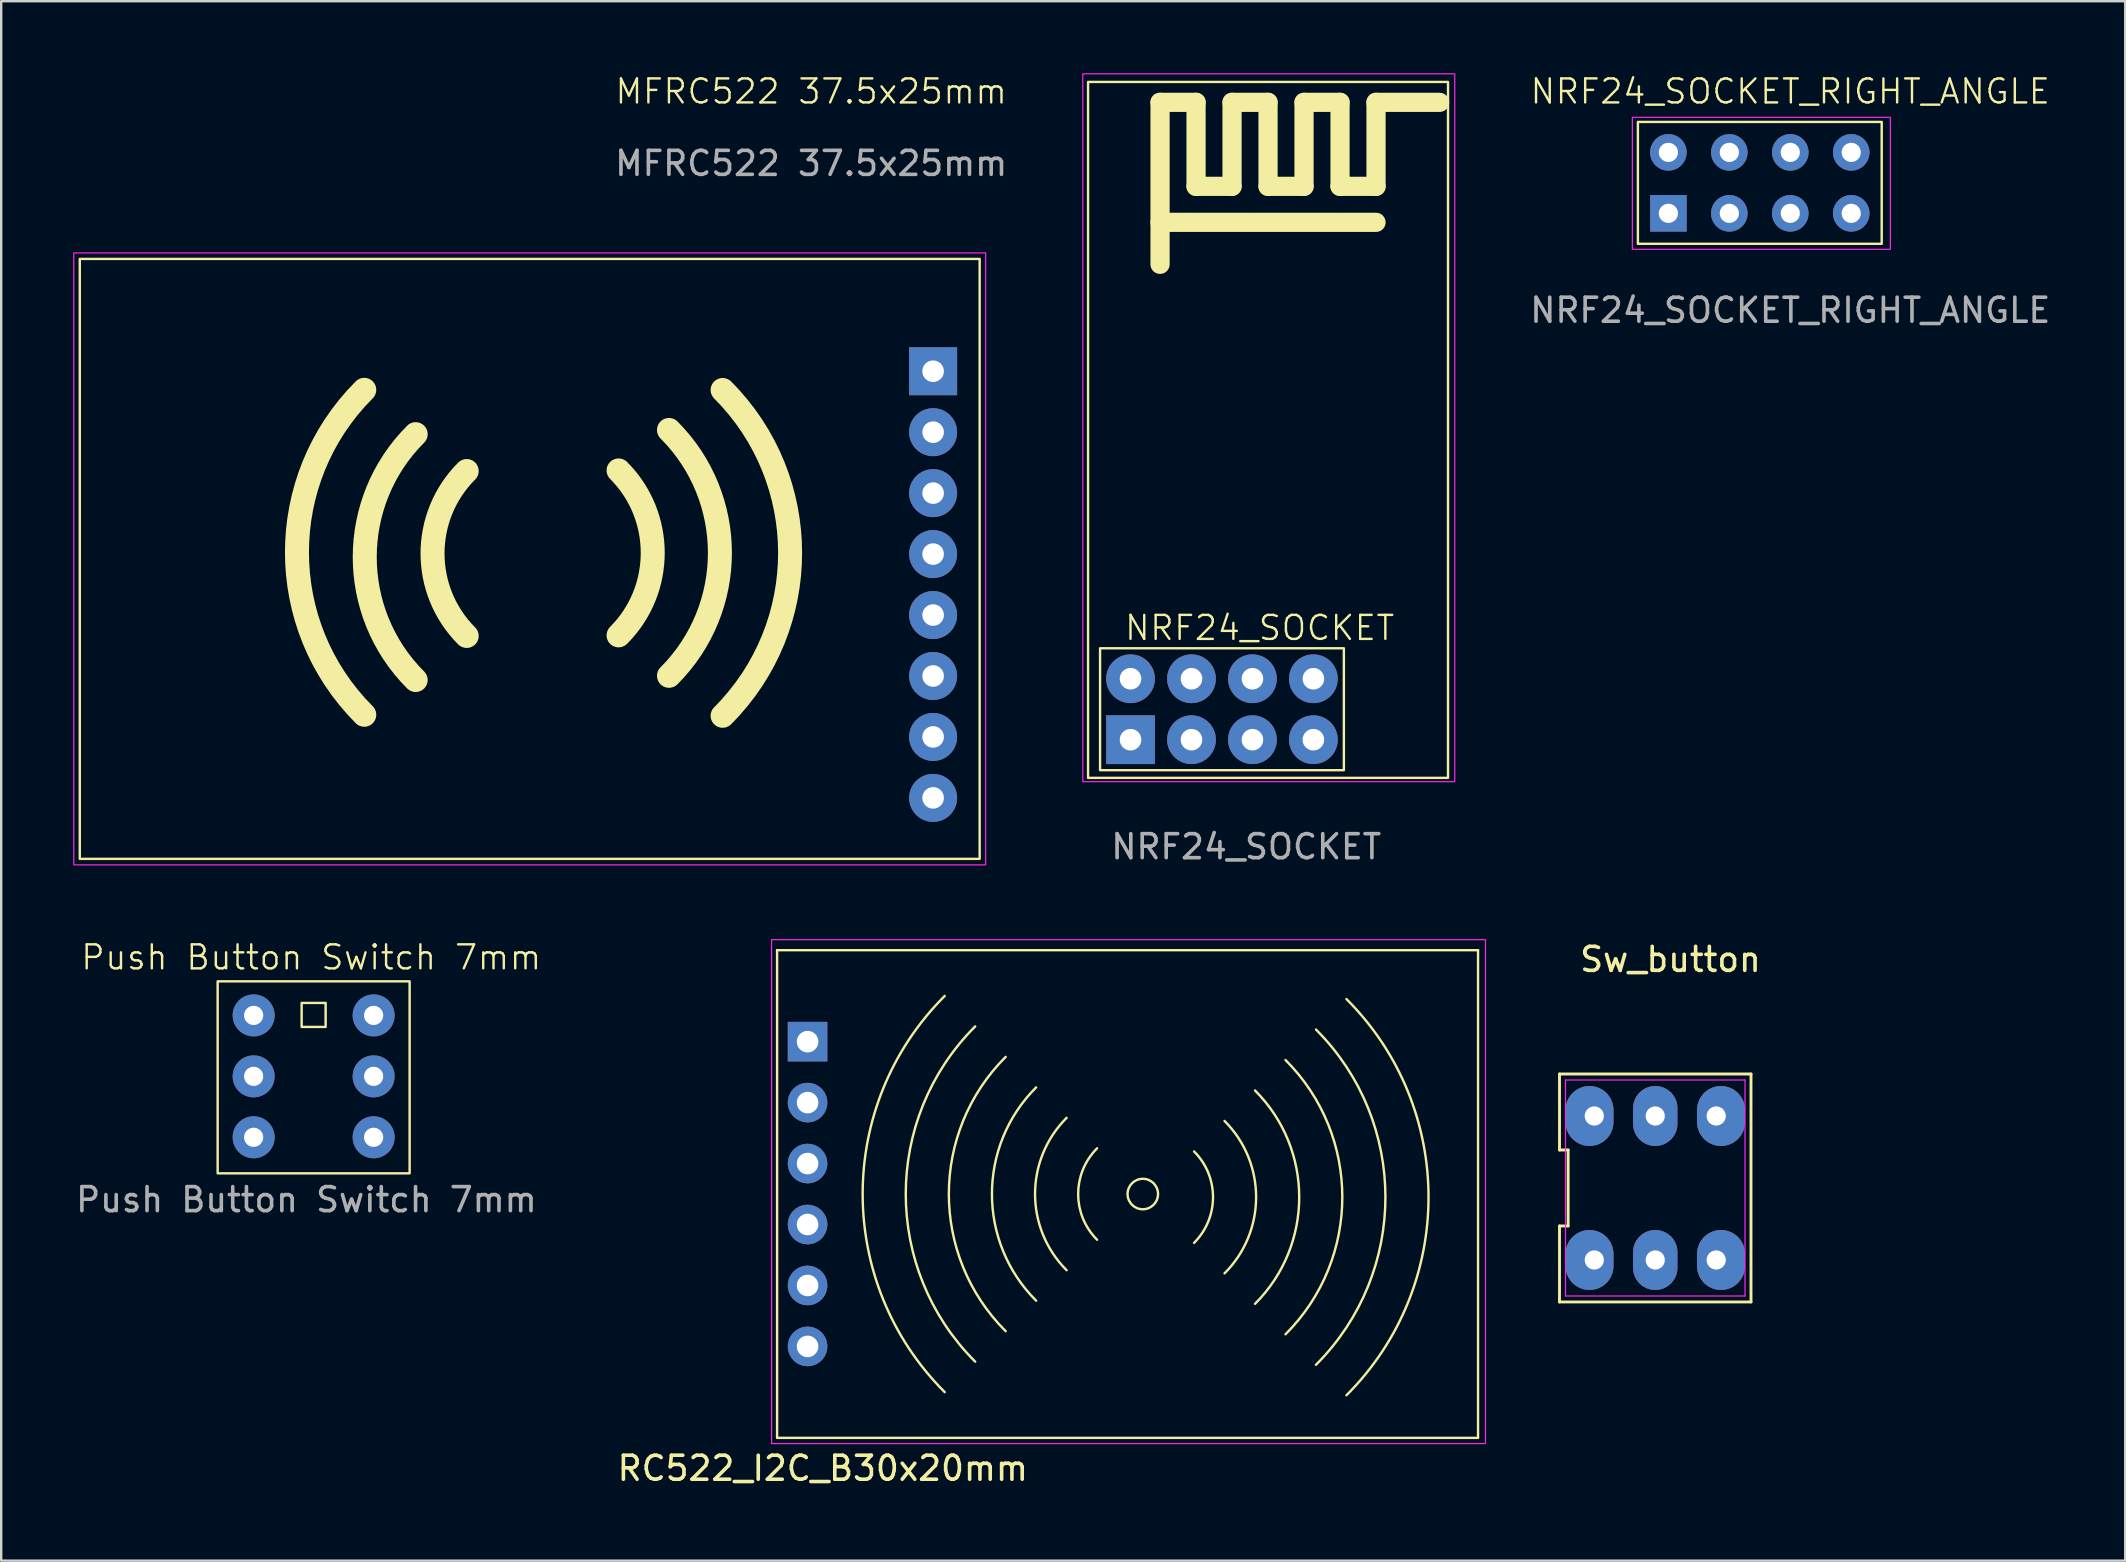
<source format=kicad_pcb>
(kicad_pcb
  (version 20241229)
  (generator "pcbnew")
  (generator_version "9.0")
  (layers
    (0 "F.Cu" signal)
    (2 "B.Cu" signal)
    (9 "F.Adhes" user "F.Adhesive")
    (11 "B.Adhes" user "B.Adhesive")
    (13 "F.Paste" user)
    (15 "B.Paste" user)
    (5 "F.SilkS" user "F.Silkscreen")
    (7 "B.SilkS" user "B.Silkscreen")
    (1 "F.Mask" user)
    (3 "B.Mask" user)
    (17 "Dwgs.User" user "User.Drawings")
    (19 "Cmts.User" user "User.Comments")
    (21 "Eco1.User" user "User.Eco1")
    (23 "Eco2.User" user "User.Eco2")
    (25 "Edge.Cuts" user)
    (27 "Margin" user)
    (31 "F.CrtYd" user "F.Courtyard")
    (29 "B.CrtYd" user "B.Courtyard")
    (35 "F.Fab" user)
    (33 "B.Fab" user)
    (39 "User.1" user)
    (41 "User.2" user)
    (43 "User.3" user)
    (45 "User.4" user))
  (footprint "RC522_I2C_B30x20mm"
    (layer "F.Cu")
    (at 30.603 40.358)
    (property "Reference" "RC522_I2C_B30x20mm" (at 0.635 17.78 0) (layer "F.SilkS") (effects (font (size 1 1) (thickness 0.15))))
    (attr through_hole)
    (fp_line (start -1.27 -3.81) (end -1.27 16.51) (stroke (width 0.1) (type solid)) (layer "F.SilkS"))
    (fp_line (start -1.27 16.51) (end 27.94 16.51) (stroke (width 0.1) (type solid)) (layer "F.SilkS"))
    (fp_line (start 27.94 -3.81) (end -1.27 -3.81) (stroke (width 0.1) (type solid)) (layer "F.SilkS"))
    (fp_line (start 27.94 16.51) (end 27.94 -3.81) (stroke (width 0.1) (type solid)) (layer "F.SilkS"))
    (fp_arc (start 5.715001 14.604999) (mid 2.295668 6.35) (end 5.715001 -1.904999) (stroke (width 0.1) (type solid)) (layer "F.SilkS"))
    (fp_arc (start 6.985001 13.334999) (mid 4.09172 6.35) (end 6.985001 -0.634999) (stroke (width 0.1) (type solid)) (layer "F.SilkS"))
    (fp_arc (start 8.255001 12.064999) (mid 5.887771 6.35) (end 8.255001 0.635001) (stroke (width 0.1) (type solid)) (layer "F.SilkS"))
    (fp_arc (start 9.525001 10.794999) (mid 7.683822 6.35) (end 9.525001 1.905001) (stroke (width 0.1) (type solid)) (layer "F.SilkS"))
    (fp_arc (start 10.795001 9.524999) (mid 9.479873 6.35) (end 10.795001 3.175001) (stroke (width 0.1) (type solid)) (layer "F.SilkS"))
    (fp_arc (start 12.065001 8.254999) (mid 11.275925 6.35) (end 12.065001 4.445001) (stroke (width 0.1) (type solid)) (layer "F.SilkS"))
    (fp_arc (start 16.106896 4.575312) (mid 16.895972 6.480311) (end 16.106896 8.38531) (stroke (width 0.1) (type solid)) (layer "F.SilkS"))
    (fp_arc (start 17.376896 3.305312) (mid 18.692024 6.480311) (end 17.376896 9.65531) (stroke (width 0.1) (type solid)) (layer "F.SilkS"))
    (fp_arc (start 18.646896 2.035312) (mid 20.488075 6.480311) (end 18.646896 10.92531) (stroke (width 0.1) (type solid)) (layer "F.SilkS"))
    (fp_arc (start 19.916896 0.765312) (mid 22.284126 6.480311) (end 19.916896 12.19531) (stroke (width 0.1) (type solid)) (layer "F.SilkS"))
    (fp_arc (start 21.186896 -0.504688) (mid 24.080177 6.480311) (end 21.186896 13.46531) (stroke (width 0.1) (type solid)) (layer "F.SilkS"))
    (fp_arc (start 22.456896 -1.774688) (mid 25.876229 6.480311) (end 22.456896 14.73531) (stroke (width 0.1) (type solid)) (layer "F.SilkS"))
    (fp_circle (center 13.97 6.35) (end 14.605 6.35) (stroke (width 0.1) (type solid)) (fill no) (layer "F.SilkS"))
    (fp_rect (start -1.5 16.75) (end 28.25 -4.25) (stroke (width 0.05) (type default)) (fill no) (layer "F.CrtYd"))
    (pad "1" thru_hole rect (at 0 0) (size 1.65 1.65) (drill 0.9) (layers "*.Cu" "*.Mask"))
    (pad "2" thru_hole circle (at 0 2.54) (size 1.65 1.65) (drill 0.9) (layers "*.Cu" "*.Mask"))
    (pad "3" thru_hole circle (at 0 5.08) (size 1.65 1.65) (drill 0.9) (layers "*.Cu" "*.Mask"))
    (pad "4" thru_hole circle (at 0 7.62) (size 1.65 1.65) (drill 0.9) (layers "*.Cu" "*.Mask"))
    (pad "5" thru_hole circle (at 0 10.16) (size 1.65 1.65) (drill 0.9) (layers "*.Cu" "*.Mask"))
    (pad "6" thru_hole circle (at 0 12.7) (size 1.65 1.65) (drill 0.9) (layers "*.Cu" "*.Mask")))
  (footprint "NRF24_SOCKET_RIGHT_ANGLE"
    (layer "F.Cu")
    (at 66.475 5.84)
    (property "Reference" "NRF24_SOCKET_RIGHT_ANGLE" (at 5.08 -5.08 0) (unlocked yes) (layer "F.SilkS") (effects (font (size 1 1) (thickness 0.1))))
    (attr through_hole)
    (fp_rect (start -1.27 1.27) (end 8.89 -3.81) (stroke (width 0.1) (type default)) (fill no) (layer "F.SilkS"))
    (fp_rect (start -1.5 -4) (end 9.25 1.5) (stroke (width 0.05) (type default)) (fill no) (layer "F.CrtYd"))
    (fp_text user "${REFERENCE}" (at 5.08 4.04 0) (unlocked yes) (layer "F.Fab") (effects (font (size 1 1) (thickness 0.15))))
    (pad "1" thru_hole rect (at 0 0) (size 1.524 1.524) (drill 0.8) (layers "*.Cu" "*.Mask"))
    (pad "2" thru_hole circle (at 0 -2.54) (size 1.524 1.524) (drill 0.8) (layers "*.Cu" "*.Mask"))
    (pad "3" thru_hole circle (at 2.54 0) (size 1.524 1.524) (drill 0.8) (layers "*.Cu" "*.Mask"))
    (pad "4" thru_hole circle (at 2.54 -2.54) (size 1.524 1.524) (drill 0.8) (layers "*.Cu" "*.Mask"))
    (pad "5" thru_hole circle (at 5.08 0) (size 1.524 1.524) (drill 0.8) (layers "*.Cu" "*.Mask"))
    (pad "6" thru_hole circle (at 5.08 -2.54) (size 1.524 1.524) (drill 0.8) (layers "*.Cu" "*.Mask"))
    (pad "7" thru_hole circle (at 7.62 0) (size 1.524 1.524) (drill 0.8) (layers "*.Cu" "*.Mask"))
    (pad "8" thru_hole circle (at 7.62 -2.54) (size 1.524 1.524) (drill 0.8) (layers "*.Cu" "*.Mask")))
  (footprint "Sw_button"
    (layer "F.Cu")
    (at 65.928 46.456)
    (property "Reference" "Sw_button" (at 0.635 -9.525 180) (layer "F.SilkS") (effects (font (size 1 1) (thickness 0.15))))
    (attr through_hole)
    (fp_line (start -3.99 -1.583) (end -3.63 -1.583) (stroke (width 0.12) (type solid)) (layer "F.SilkS"))
    (fp_line (start -3.99 1.583) (end -3.99 4.75) (stroke (width 0.12) (type solid)) (layer "F.SilkS"))
    (fp_line (start -3.99 4.75) (end 3.99 4.75) (stroke (width 0.12) (type solid)) (layer "F.SilkS"))
    (fp_line (start -3.99 -4.75) (end -3.99 -1.583) (stroke (width 0.12) (type solid)) (layer "F.SilkS"))
    (fp_line (start -3.63 -1.583) (end -3.63 1.583) (stroke (width 0.12) (type solid)) (layer "F.SilkS"))
    (fp_line (start -3.63 1.583) (end -3.99 1.583) (stroke (width 0.12) (type solid)) (layer "F.SilkS"))
    (fp_line (start 3.99 4.75) (end 3.99 -4.75) (stroke (width 0.12) (type solid)) (layer "F.SilkS"))
    (fp_line (start 3.99 -4.75) (end -3.99 -4.75) (stroke (width 0.12) (type solid)) (layer "F.SilkS"))
    (fp_line (start -3.74 -4.5) (end 3.74 -4.5) (stroke (width 0.05) (type solid)) (layer "F.CrtYd"))
    (fp_line (start -3.74 4.5) (end -3.74 -4.5) (stroke (width 0.05) (type solid)) (layer "F.CrtYd"))
    (fp_line (start 3.74 -4.5) (end 3.74 4.5) (stroke (width 0.05) (type solid)) (layer "F.CrtYd"))
    (fp_line (start 3.74 4.5) (end -3.74 4.5) (stroke (width 0.05) (type solid)) (layer "F.CrtYd"))
    (pad "1" thru_hole oval (at -2.54 3) (size 2 2.5) (drill 0.8 (offset -0.2 0)) (layers "*.Cu" "*.Mask"))
    (pad "2" thru_hole oval (at 0 3) (size 1.85 2.5) (drill 0.8) (layers "*.Cu" "*.Mask"))
    (pad "3" thru_hole oval (at 2.54 3) (size 2 2.5) (drill 0.8 (offset 0.2 0)) (layers "*.Cu" "*.Mask"))
    (pad "4" thru_hole oval (at 2.54 -3) (size 2 2.5) (drill 0.8 (offset 0.2 0)) (layers "*.Cu" "*.Mask"))
    (pad "5" thru_hole oval (at 0 -3) (size 1.85 2.5) (drill 0.8) (layers "*.Cu" "*.Mask"))
    (pad "6" thru_hole oval (at -2.54 -3) (size 2 2.5) (drill 0.8 (offset -0.2 0)) (layers "*.Cu" "*.Mask")))
  (footprint "MFRC522 37.5x25mm"
    (layer "F.Cu")
    (at 0.275 32.74)
    (property "Reference" "MFRC522 37.5x25mm" (at 30.48 -31.98 0) (unlocked yes) (layer "F.SilkS") (effects (font (size 1 1) (thickness 0.1))))
    (attr through_hole)
    (fp_rect (start 0 0) (end 37.5 -25) (stroke (width 0.1) (type default)) (fill no) (layer "F.SilkS"))
    (fp_arc (start 11.854318 -6.004792) (mid 9.05 -12.775) (end 11.854311 -19.545211) (stroke (width 1) (type solid)) (layer "F.SilkS"))
    (fp_arc (start 13.996743 -7.45267) (mid 11.875 -12.575) (end 13.996743 -17.69733) (stroke (width 1) (type solid)) (layer "F.SilkS"))
    (fp_arc (start 16.123147 -9.289209) (mid 14.7 -12.725) (end 16.123151 -16.16079) (stroke (width 1) (type solid)) (layer "F.SilkS"))
    (fp_arc (start 22.452849 -16.18579) (mid 23.876 -12.75) (end 22.452853 -9.314209) (stroke (width 1) (type solid)) (layer "F.SilkS"))
    (fp_arc (start 24.553257 -17.87233) (mid 26.675 -12.75) (end 24.553257 -7.62767) (stroke (width 1) (type solid)) (layer "F.SilkS"))
    (fp_arc (start 26.788366 -19.537889) (mid 29.6 -12.75) (end 26.788359 -5.962114) (stroke (width 1) (type solid)) (layer "F.SilkS"))
    (fp_rect (start -0.25 -25.25) (end 37.75 0.25) (stroke (width 0.05) (type default)) (fill no) (layer "F.CrtYd"))
    (fp_text user "${REFERENCE}" (at 30.48 -28.98 0) (unlocked yes) (layer "F.Fab") (effects (font (size 1 1) (thickness 0.15))))
    (pad "1" thru_hole rect (at 35.56 -20.32) (size 2 2) (drill 0.9) (layers "*.Cu" "*.Mask"))
    (pad "2" thru_hole circle (at 35.56 -17.78) (size 2 2) (drill 0.9) (layers "*.Cu" "*.Mask"))
    (pad "3" thru_hole circle (at 35.56 -15.24) (size 2 2) (drill 0.9) (layers "*.Cu" "*.Mask"))
    (pad "4" thru_hole circle (at 35.56 -12.7) (size 2 2) (drill 0.9) (layers "*.Cu" "*.Mask"))
    (pad "5" thru_hole circle (at 35.56 -10.16) (size 2 2) (drill 0.9) (layers "*.Cu" "*.Mask"))
    (pad "6" thru_hole circle (at 35.56 -7.62) (size 2 2) (drill 0.9) (layers "*.Cu" "*.Mask"))
    (pad "7" thru_hole circle (at 35.56 -5.08) (size 2 2) (drill 0.9) (layers "*.Cu" "*.Mask"))
    (pad "8" thru_hole circle (at 35.56 -2.54) (size 2 2) (drill 0.9) (layers "*.Cu" "*.Mask")))
  (footprint "Push Button Switch 7mm"
    (layer "F.Cu")
    (at 7.52 44.344)
    (property "Reference" "Push Button Switch 7mm" (at 2.4 -7.5 0) (unlocked yes) (layer "F.SilkS") (effects (font (size 1 1) (thickness 0.1))))
    (attr through_hole)
    (fp_rect (start -1.5 1.5) (end 6.5 -6.5) (stroke (width 0.1) (type default)) (fill no) (layer "F.SilkS"))
    (fp_rect (start 2 -5.6) (end 3 -4.6) (stroke (width 0.1) (type default)) (fill no) (layer "F.SilkS"))
    (fp_text user "${REFERENCE}" (at 2.2 2.6 0) (unlocked yes) (layer "F.Fab") (effects (font (size 1 1) (thickness 0.15))))
    (pad "1" thru_hole circle (at 0 -5.08) (size 1.75 1.75) (drill 0.8) (layers "*.Cu" "*.Mask"))
    (pad "2" thru_hole circle (at 0 -2.54) (size 1.75 1.75) (drill 0.8) (layers "*.Cu" "*.Mask"))
    (pad "3" thru_hole circle (at 0 0) (size 1.75 1.75) (drill 0.8) (layers "*.Cu" "*.Mask"))
    (pad "4" thru_hole circle (at 5 -5.08) (size 1.75 1.75) (drill 0.8) (layers "*.Cu" "*.Mask"))
    (pad "5" thru_hole circle (at 5 -2.54) (size 1.75 1.75) (drill 0.8) (layers "*.Cu" "*.Mask"))
    (pad "6" thru_hole circle (at 5 0) (size 1.75 1.75) (drill 0.8) (layers "*.Cu" "*.Mask")))
  (footprint "NRF24_SOCKET"
    (layer "F.Cu")
    (at 44.072 27.775)
    (property "Reference" "NRF24_SOCKET" (at 5.37 -4.66 0) (unlocked yes) (layer "F.SilkS") (effects (font (size 1 1) (thickness 0.1))))
    (attr through_hole)
    (fp_line (start 1.22 -26.56) (end 2.72 -26.56) (stroke (width 0.8) (type default)) (layer "F.SilkS"))
    (fp_line (start 1.22 -21.56) (end 10.22 -21.56) (stroke (width 0.8) (type default)) (layer "F.SilkS"))
    (fp_line (start 1.22 -19.81) (end 1.22 -26.56) (stroke (width 0.8) (type default)) (layer "F.SilkS"))
    (fp_line (start 2.72 -26.56) (end 2.72 -23.06) (stroke (width 0.8) (type default)) (layer "F.SilkS"))
    (fp_line (start 2.72 -23.06) (end 4.22 -23.06) (stroke (width 0.8) (type default)) (layer "F.SilkS"))
    (fp_line (start 4.22 -26.56) (end 5.72 -26.56) (stroke (width 0.8) (type default)) (layer "F.SilkS"))
    (fp_line (start 4.22 -23.06) (end 4.22 -26.56) (stroke (width 0.8) (type default)) (layer "F.SilkS"))
    (fp_line (start 5.72 -26.56) (end 5.72 -23.06) (stroke (width 0.8) (type default)) (layer "F.SilkS"))
    (fp_line (start 5.72 -23.06) (end 7.22 -23.06) (stroke (width 0.8) (type default)) (layer "F.SilkS"))
    (fp_line (start 7.22 -26.56) (end 8.72 -26.56) (stroke (width 0.8) (type default)) (layer "F.SilkS"))
    (fp_line (start 7.22 -23.06) (end 7.22 -26.56) (stroke (width 0.8) (type default)) (layer "F.SilkS"))
    (fp_line (start 8.72 -26.56) (end 8.72 -23.06) (stroke (width 0.8) (type default)) (layer "F.SilkS"))
    (fp_line (start 8.72 -23.06) (end 10.22 -23.06) (stroke (width 0.8) (type default)) (layer "F.SilkS"))
    (fp_line (start 10.22 -26.56) (end 12.87 -26.56) (stroke (width 0.8) (type default)) (layer "F.SilkS"))
    (fp_line (start 10.22 -23.06) (end 10.22 -26.56) (stroke (width 0.8) (type default)) (layer "F.SilkS"))
    (fp_rect (start -1.78 -27.41) (end 13.22 1.59) (stroke (width 0.1) (type default)) (fill no) (layer "F.SilkS"))
    (fp_rect (start -1.28 1.27) (end 8.88 -3.81) (stroke (width 0.1) (type default)) (fill no) (layer "F.SilkS"))
    (fp_rect (start -2 1.75) (end 13.5 -27.75) (stroke (width 0.05) (type default)) (fill no) (layer "F.CrtYd"))
    (fp_text user "${REFERENCE}" (at 4.81 4.46 0) (unlocked yes) (layer "F.Fab") (effects (font (size 1 1) (thickness 0.15))))
    (pad "1" thru_hole rect (at -0.01 0) (size 2.032 2.032) (drill 0.9) (layers "*.Cu" "*.Mask"))
    (pad "2" thru_hole circle (at -0.01 -2.54) (size 2.032 2.032) (drill 0.9) (layers "*.Cu" "*.Mask"))
    (pad "3" thru_hole circle (at 2.53 0) (size 2.032 2.032) (drill 0.9) (layers "*.Cu" "*.Mask"))
    (pad "4" thru_hole circle (at 2.53 -2.54) (size 2.032 2.032) (drill 0.9) (layers "*.Cu" "*.Mask"))
    (pad "5" thru_hole circle (at 5.07 0) (size 2.032 2.032) (drill 0.9) (layers "*.Cu" "*.Mask"))
    (pad "6" thru_hole circle (at 5.07 -2.54) (size 2.032 2.032) (drill 0.9) (layers "*.Cu" "*.Mask"))
    (pad "7" thru_hole circle (at 7.61 0) (size 2.032 2.032) (drill 0.9) (layers "*.Cu" "*.Mask"))
    (pad "8" thru_hole circle (at 7.61 -2.54) (size 2.032 2.032) (drill 0.9) (layers "*.Cu" "*.Mask")))
  (gr_rect
    (start -3 -3)
    (end 85.513 61.986)
    (stroke (width 0.1) (type default))
    (fill no)
    (layer "Edge.Cuts")))
</source>
